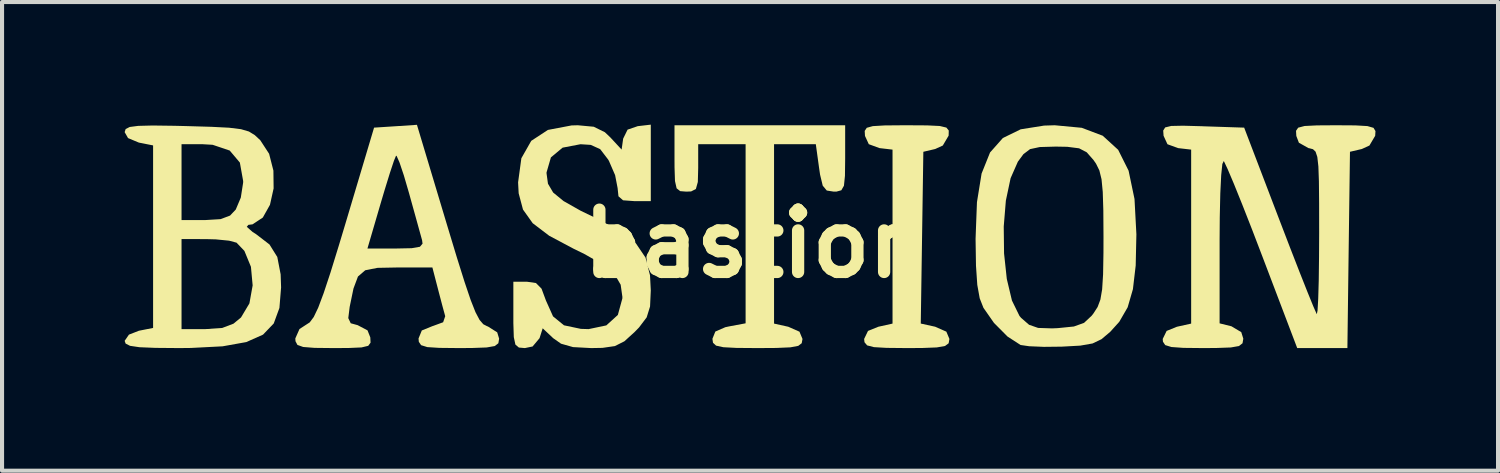
<source format=kicad_pcb>
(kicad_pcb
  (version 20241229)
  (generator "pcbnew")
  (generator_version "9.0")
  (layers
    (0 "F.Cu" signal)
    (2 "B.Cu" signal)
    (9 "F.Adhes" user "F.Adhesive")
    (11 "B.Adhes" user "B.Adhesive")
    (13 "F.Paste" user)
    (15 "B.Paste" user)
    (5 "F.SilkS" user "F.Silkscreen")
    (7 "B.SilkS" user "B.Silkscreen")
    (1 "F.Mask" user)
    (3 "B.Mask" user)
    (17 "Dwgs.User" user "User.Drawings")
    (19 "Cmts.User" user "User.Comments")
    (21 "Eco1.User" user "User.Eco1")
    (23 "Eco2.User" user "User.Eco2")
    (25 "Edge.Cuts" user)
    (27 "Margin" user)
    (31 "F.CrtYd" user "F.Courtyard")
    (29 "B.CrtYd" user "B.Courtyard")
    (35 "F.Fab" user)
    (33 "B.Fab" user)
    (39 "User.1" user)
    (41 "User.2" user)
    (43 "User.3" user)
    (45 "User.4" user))
  (footprint "bastion"
    (layer "F.Cu")
    (at 15.426 2.915)
    (property "Reference" "bastion" (at 0 0 0) (layer "F.SilkS") (effects (font (size 1.524 1.524) (thickness 0.3))))
    (attr board_only exclude_from_pos_files exclude_from_bom)
    (fp_poly (pts (xy 4.21 -2.897) (xy 4.519 -2.882) (xy 4.681 -2.843) (xy 4.739 -2.771) (xy 4.736 -2.654) (xy 4.734 -2.643) (xy 4.593 -2.404) (xy 4.407 -2.319) (xy 4.117 -2.251) (xy 4.054 1.952) (xy 4.405 2.029) (xy 4.68 2.15) (xy 4.755 2.329) (xy 4.736 2.435) (xy 4.647 2.501) (xy 4.446 2.536) (xy 4.089 2.55) (xy 3.711 2.552) (xy 3.215 2.547) (xy 2.906 2.529) (xy 2.741 2.486) (xy 2.677 2.409) (xy 2.668 2.329) (xy 2.763 2.132) (xy 3.016 2.03) (xy 3.363 1.953) (xy 3.363 -2.304) (xy 3.045 -2.341) (xy 2.782 -2.437) (xy 2.689 -2.639) (xy 2.682 -2.761) (xy 2.732 -2.838) (xy 2.881 -2.879) (xy 3.173 -2.896) (xy 3.65 -2.9) (xy 3.711 -2.9)) (stroke (width 0) (type solid)) (fill yes) (layer "F.SilkS"))
    (fp_poly (pts (xy 2.204 -2.088) (xy 2.199 -1.663) (xy 2.174 -1.42) (xy 2.11 -1.309) (xy 1.992 -1.277) (xy 1.925 -1.276) (xy 1.754 -1.303) (xy 1.655 -1.422) (xy 1.59 -1.692) (xy 1.566 -1.856) (xy 1.486 -2.436) (xy 0.464 -2.436) (xy 0.464 1.953) (xy 0.812 2.03) (xy 1.086 2.151) (xy 1.16 2.329) (xy 1.141 2.433) (xy 1.056 2.498) (xy 0.862 2.534) (xy 0.516 2.549) (xy 0.058 2.552) (xy -0.455 2.548) (xy -0.778 2.531) (xy -0.955 2.492) (xy -1.03 2.422) (xy -1.044 2.325) (xy -0.973 2.148) (xy -0.728 2.041) (xy -0.638 2.022) (xy -0.232 1.946) (xy -0.232 -2.436) (xy -1.392 -2.436) (xy -1.392 -1.856) (xy -1.401 -1.512) (xy -1.449 -1.34) (xy -1.565 -1.281) (xy -1.682 -1.276) (xy -1.833 -1.288) (xy -1.92 -1.357) (xy -1.96 -1.535) (xy -1.971 -1.871) (xy -1.972 -2.088) (xy -1.972 -2.9) (xy 2.204 -2.9)) (stroke (width 0) (type solid)) (fill yes) (layer "F.SilkS"))
    (fp_poly (pts (xy 7.993 -2.838) (xy 8.506 -2.644) (xy 8.884 -2.299) (xy 9.139 -1.789) (xy 9.284 -1.095) (xy 9.33 -0.232) (xy 9.313 0.531) (xy 9.245 1.111) (xy 9.116 1.555) (xy 8.911 1.909) (xy 8.69 2.154) (xy 8.477 2.334) (xy 8.258 2.439) (xy 7.957 2.492) (xy 7.504 2.517) (xy 7.066 2.522) (xy 6.706 2.507) (xy 6.5 2.477) (xy 6.495 2.476) (xy 6.177 2.27) (xy 5.845 1.936) (xy 5.587 1.566) (xy 5.496 1.334) (xy 5.437 1.006) (xy 5.405 0.537) (xy 5.395 -0.119) (xy 5.395 -0.119) (xy 5.406 -0.422) (xy 6.084 -0.422) (xy 6.092 0.236) (xy 6.159 0.86) (xy 6.285 1.389) (xy 6.469 1.765) (xy 6.51 1.814) (xy 6.704 1.982) (xy 6.926 2.059) (xy 7.265 2.07) (xy 7.407 2.064) (xy 7.801 2.024) (xy 8.049 1.935) (xy 8.235 1.761) (xy 8.281 1.702) (xy 8.381 1.547) (xy 8.449 1.366) (xy 8.492 1.115) (xy 8.515 0.749) (xy 8.524 0.223) (xy 8.525 -0.174) (xy 8.521 -0.814) (xy 8.507 -1.267) (xy 8.477 -1.579) (xy 8.424 -1.795) (xy 8.343 -1.959) (xy 8.28 -2.05) (xy 8.115 -2.238) (xy 7.928 -2.336) (xy 7.639 -2.373) (xy 7.357 -2.378) (xy 6.966 -2.367) (xy 6.728 -2.316) (xy 6.566 -2.193) (xy 6.43 -2.009) (xy 6.252 -1.605) (xy 6.136 -1.056) (xy 6.084 -0.422) (xy 5.406 -0.422) (xy 5.429 -1.02) (xy 5.542 -1.718) (xy 5.749 -2.234) (xy 6.063 -2.588) (xy 6.499 -2.801) (xy 7.072 -2.892) (xy 7.332 -2.9)) (stroke (width 0) (type solid)) (fill yes) (layer "F.SilkS"))
    (fp_poly (pts (xy -14.208 -2.887) (xy -13.92 -2.88) (xy -13.301 -2.862) (xy -12.87 -2.84) (xy -12.579 -2.804) (xy -12.385 -2.747) (xy -12.242 -2.659) (xy -12.107 -2.533) (xy -11.891 -2.202) (xy -11.786 -1.79) (xy -11.781 -1.355) (xy -11.87 -0.954) (xy -12.045 -0.642) (xy -12.296 -0.476) (xy -12.399 -0.463) (xy -12.438 -0.415) (xy -12.295 -0.289) (xy -12.214 -0.238) (xy -11.882 0.017) (xy -11.691 0.323) (xy -11.609 0.748) (xy -11.598 1.068) (xy -11.639 1.57) (xy -11.778 1.95) (xy -12.04 2.223) (xy -12.449 2.405) (xy -13.03 2.509) (xy -13.806 2.549) (xy -14.088 2.552) (xy -14.673 2.547) (xy -15.063 2.531) (xy -15.294 2.497) (xy -15.402 2.442) (xy -15.426 2.375) (xy -15.321 2.223) (xy -15.078 2.128) (xy -14.73 2.059) (xy -14.73 -0.116) (xy -14.034 -0.116) (xy -14.034 2.088) (xy -13.449 2.088) (xy -13.04 2.06) (xy -12.763 1.955) (xy -12.579 1.803) (xy -12.373 1.458) (xy -12.294 1.018) (xy -12.336 0.563) (xy -12.496 0.174) (xy -12.688 -0.027) (xy -12.871 -0.076) (xy -13.197 -0.108) (xy -13.425 -0.114) (xy -14.034 -0.116) (xy -14.73 -0.116) (xy -14.73 -0.58) (xy -14.034 -0.58) (xy -13.46 -0.58) (xy -13.079 -0.603) (xy -12.847 -0.69) (xy -12.707 -0.838) (xy -12.584 -1.129) (xy -12.527 -1.495) (xy -12.526 -1.534) (xy -12.607 -1.987) (xy -12.855 -2.281) (xy -13.273 -2.422) (xy -13.512 -2.436) (xy -14.034 -2.436) (xy -14.034 -0.58) (xy -14.73 -0.58) (xy -14.73 -2.407) (xy -15.078 -2.476) (xy -15.343 -2.586) (xy -15.426 -2.732) (xy -15.401 -2.808) (xy -15.302 -2.858) (xy -15.095 -2.885) (xy -14.742 -2.894)) (stroke (width 0) (type solid)) (fill yes) (layer "F.SilkS"))
    (fp_poly (pts (xy 14.689 -2.897) (xy 14.983 -2.88) (xy 15.132 -2.837) (xy 15.18 -2.758) (xy 15.173 -2.643) (xy 15.032 -2.404) (xy 14.846 -2.319) (xy 14.556 -2.251) (xy 14.524 0.15) (xy 14.493 2.552) (xy 13.265 2.552) (xy 12.416 0.319) (xy 12.156 -0.36) (xy 11.918 -0.966) (xy 11.716 -1.466) (xy 11.564 -1.825) (xy 11.477 -2.009) (xy 11.467 -2.024) (xy 11.433 -1.952) (xy 11.405 -1.679) (xy 11.383 -1.234) (xy 11.37 -0.649) (xy 11.366 -0.094) (xy 11.366 1.947) (xy 11.656 2.019) (xy 11.896 2.162) (xy 11.946 2.322) (xy 11.927 2.434) (xy 11.84 2.502) (xy 11.64 2.537) (xy 11.282 2.55) (xy 10.96 2.552) (xy 10.48 2.547) (xy 10.187 2.526) (xy 10.035 2.479) (xy 9.98 2.396) (xy 9.974 2.329) (xy 10.07 2.132) (xy 10.322 2.03) (xy 10.67 1.953) (xy 10.67 -2.304) (xy 10.351 -2.341) (xy 10.09 -2.436) (xy 9.995 -2.643) (xy 9.986 -2.77) (xy 10.034 -2.847) (xy 10.181 -2.883) (xy 10.472 -2.889) (xy 10.95 -2.876) (xy 10.962 -2.875) (xy 11.967 -2.842) (xy 12.828 -0.588) (xy 13.088 0.089) (xy 13.322 0.69) (xy 13.517 1.182) (xy 13.66 1.533) (xy 13.737 1.708) (xy 13.745 1.722) (xy 13.763 1.631) (xy 13.779 1.344) (xy 13.792 0.896) (xy 13.799 0.323) (xy 13.802 -0.263) (xy 13.801 -0.995) (xy 13.796 -1.527) (xy 13.783 -1.893) (xy 13.757 -2.125) (xy 13.714 -2.254) (xy 13.651 -2.314) (xy 13.564 -2.337) (xy 13.541 -2.341) (xy 13.306 -2.473) (xy 13.243 -2.639) (xy 13.236 -2.764) (xy 13.289 -2.841) (xy 13.445 -2.882) (xy 13.748 -2.897) (xy 14.208 -2.9)) (stroke (width 0) (type solid)) (fill yes) (layer "F.SilkS"))
    (fp_poly (pts (xy -2.552 -1.044) (xy -2.958 -1.044) (xy -3.231 -1.064) (xy -3.343 -1.162) (xy -3.364 -1.363) (xy -3.425 -1.679) (xy -3.575 -2.025) (xy -3.594 -2.059) (xy -3.791 -2.316) (xy -4.022 -2.42) (xy -4.272 -2.436) (xy -4.71 -2.352) (xy -4.996 -2.114) (xy -5.103 -1.745) (xy -5.103 -1.724) (xy -5.068 -1.47) (xy -4.941 -1.254) (xy -4.686 -1.045) (xy -4.269 -0.809) (xy -3.904 -0.632) (xy -3.314 -0.319) (xy -2.917 -0.011) (xy -2.68 0.339) (xy -2.571 0.772) (xy -2.552 1.142) (xy -2.57 1.535) (xy -2.653 1.801) (xy -2.84 2.048) (xy -2.946 2.157) (xy -3.198 2.386) (xy -3.43 2.503) (xy -3.735 2.547) (xy -4.011 2.552) (xy -4.455 2.528) (xy -4.748 2.445) (xy -4.94 2.31) (xy -5.197 2.068) (xy -5.274 2.31) (xy -5.444 2.513) (xy -5.633 2.552) (xy -5.78 2.539) (xy -5.865 2.466) (xy -5.904 2.284) (xy -5.915 1.941) (xy -5.915 1.74) (xy -5.915 0.928) (xy -5.585 0.928) (xy -5.362 0.96) (xy -5.225 1.099) (xy -5.117 1.39) (xy -4.944 1.776) (xy -4.676 1.995) (xy -4.263 2.082) (xy -4.074 2.088) (xy -3.64 1.997) (xy -3.358 1.741) (xy -3.248 1.338) (xy -3.247 1.3) (xy -3.289 1.002) (xy -3.435 0.75) (xy -3.719 0.51) (xy -4.177 0.25) (xy -4.443 0.12) (xy -5.039 -0.197) (xy -5.441 -0.503) (xy -5.679 -0.837) (xy -5.785 -1.235) (xy -5.799 -1.502) (xy -5.719 -2.093) (xy -5.477 -2.519) (xy -5.069 -2.786) (xy -4.49 -2.896) (xy -4.338 -2.9) (xy -3.948 -2.864) (xy -3.676 -2.73) (xy -3.541 -2.602) (xy -3.266 -2.305) (xy -3.228 -2.573) (xy -3.12 -2.793) (xy -2.871 -2.878) (xy -2.552 -2.915)) (stroke (width 0) (type solid)) (fill yes) (layer "F.SilkS"))
    (fp_poly (pts (xy -7.543 -0.478) (xy -7.3 0.325) (xy -7.109 0.933) (xy -6.96 1.374) (xy -6.841 1.675) (xy -6.741 1.864) (xy -6.65 1.969) (xy -6.555 2.018) (xy -6.538 2.023) (xy -6.31 2.167) (xy -6.263 2.322) (xy -6.282 2.434) (xy -6.369 2.502) (xy -6.569 2.537) (xy -6.927 2.55) (xy -7.249 2.552) (xy -7.728 2.547) (xy -8.021 2.528) (xy -8.172 2.481) (xy -8.228 2.398) (xy -8.235 2.317) (xy -8.155 2.121) (xy -7.89 2.013) (xy -7.884 2.012) (xy -7.633 1.92) (xy -7.582 1.772) (xy -7.587 1.754) (xy -7.649 1.527) (xy -7.738 1.189) (xy -7.768 1.073) (xy -7.896 0.58) (xy -8.764 0.58) (xy -9.24 0.589) (xy -9.539 0.648) (xy -9.717 0.801) (xy -9.827 1.095) (xy -9.92 1.544) (xy -9.954 1.819) (xy -9.894 1.945) (xy -9.725 1.991) (xy -9.483 2.119) (xy -9.415 2.291) (xy -9.409 2.42) (xy -9.466 2.497) (xy -9.63 2.536) (xy -9.947 2.55) (xy -10.314 2.552) (xy -10.779 2.547) (xy -11.058 2.525) (xy -11.198 2.475) (xy -11.246 2.384) (xy -11.25 2.316) (xy -11.148 2.086) (xy -10.993 1.985) (xy -10.897 1.923) (xy -10.799 1.791) (xy -10.689 1.561) (xy -10.556 1.206) (xy -10.388 0.699) (xy -10.208 0.116) (xy -9.485 0.116) (xy -8.788 0.116) (xy -8.402 0.108) (xy -8.201 0.073) (xy -8.137 -0.003) (xy -8.148 -0.087) (xy -8.204 -0.289) (xy -8.303 -0.647) (xy -8.428 -1.096) (xy -8.47 -1.248) (xy -8.594 -1.672) (xy -8.7 -1.988) (xy -8.77 -2.147) (xy -8.785 -2.156) (xy -8.837 -2.03) (xy -8.936 -1.732) (xy -9.066 -1.311) (xy -9.16 -0.995) (xy -9.485 0.116) (xy -10.208 0.116) (xy -10.176 0.012) (xy -10.029 -0.476) (xy -9.323 -2.842) (xy -8.798 -2.876) (xy -8.274 -2.911)) (stroke (width 0) (type solid)) (fill yes) (layer "F.SilkS")))
  (gr_rect
    (start -3 -3)
    (end 33.605 8.467)
    (stroke (width 0.1) (type default))
    (fill no)
    (layer "Edge.Cuts")))
</source>
